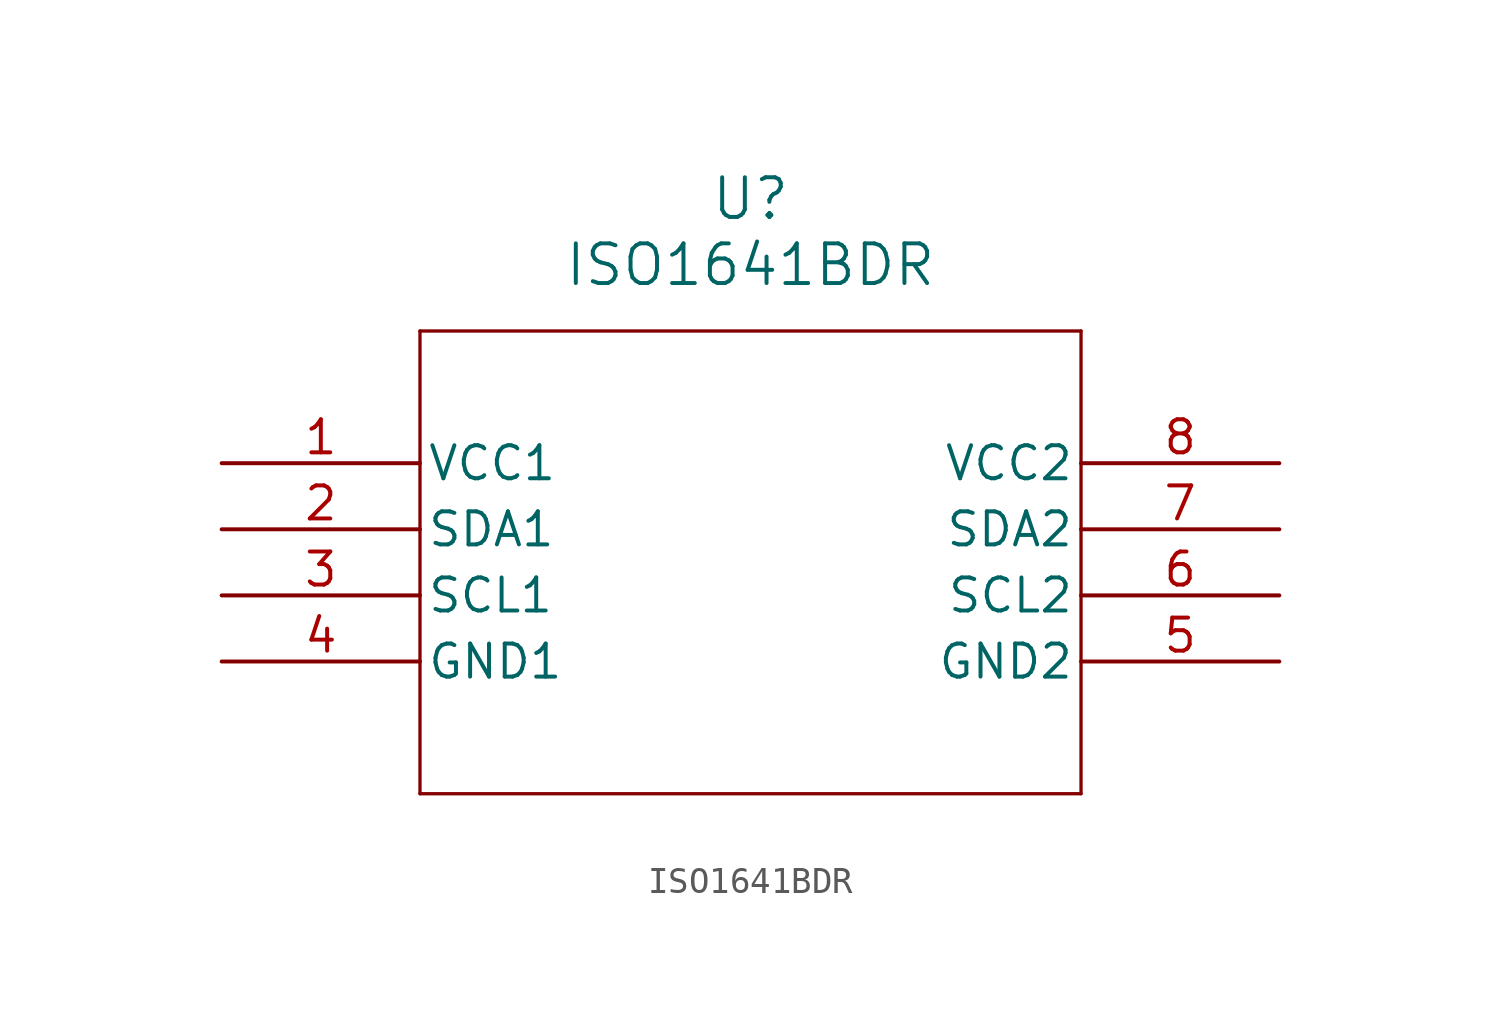
<source format=kicad_sym>
(kicad_symbol_lib
  (version 20211014)
  (generator kicad_symbol_editor)
  (symbol "ISO1641BDR"
    (pin_names
      (offset 0.254))
    (property "Reference" "U"
      (at 20.32 10.16 0)
      (effects (font (size 1.524 1.524))))
    (property "Value" "ISO1641BDR"
      (at 20.32 7.62 0)
      (effects (font (size 1.524 1.524))))
    (symbol "ISO1641BDR_0_1"
      (polyline (pts (xy 7.62 5.08) (xy 7.62 -12.7)) (stroke (width 0.127) (type default) (color 0 0 0 0)) (fill (type none)))
      (polyline (pts (xy 7.62 -12.7) (xy 33.02 -12.7)) (stroke (width 0.127) (type default) (color 0 0 0 0)) (fill (type none)))
      (polyline (pts (xy 33.02 -12.7) (xy 33.02 5.08)) (stroke (width 0.127) (type default) (color 0 0 0 0)) (fill (type none)))
      (polyline (pts (xy 33.02 5.08) (xy 7.62 5.08)) (stroke (width 0.127) (type default) (color 0 0 0 0)) (fill (type none)))
      (pin power_in line (at 0 0 0) (length 7.62) (name "VCC1" (effects (font (size 1.27 1.27)))) (number "1" (effects (font (size 1.27 1.27)))))
      (pin bidirectional line (at 0 -2.54 0) (length 7.62) (name "SDA1" (effects (font (size 1.27 1.27)))) (number "2" (effects (font (size 1.27 1.27)))))
      (pin bidirectional line (at 0 -5.08 0) (length 7.62) (name "SCL1" (effects (font (size 1.27 1.27)))) (number "3" (effects (font (size 1.27 1.27)))))
      (pin power_out line (at 0 -7.62 0) (length 7.62) (name "GND1" (effects (font (size 1.27 1.27)))) (number "4" (effects (font (size 1.27 1.27)))))
      (pin power_out line (at 40.64 -7.62 180) (length 7.62) (name "GND2" (effects (font (size 1.27 1.27)))) (number "5" (effects (font (size 1.27 1.27)))))
      (pin bidirectional line (at 40.64 -5.08 180) (length 7.62) (name "SCL2" (effects (font (size 1.27 1.27)))) (number "6" (effects (font (size 1.27 1.27)))))
      (pin bidirectional line (at 40.64 -2.54 180) (length 7.62) (name "SDA2" (effects (font (size 1.27 1.27)))) (number "7" (effects (font (size 1.27 1.27)))))
      (pin power_in line (at 40.64 0 180) (length 7.62) (name "VCC2" (effects (font (size 1.27 1.27)))) (number "8" (effects (font (size 1.27 1.27))))))))
</source>
